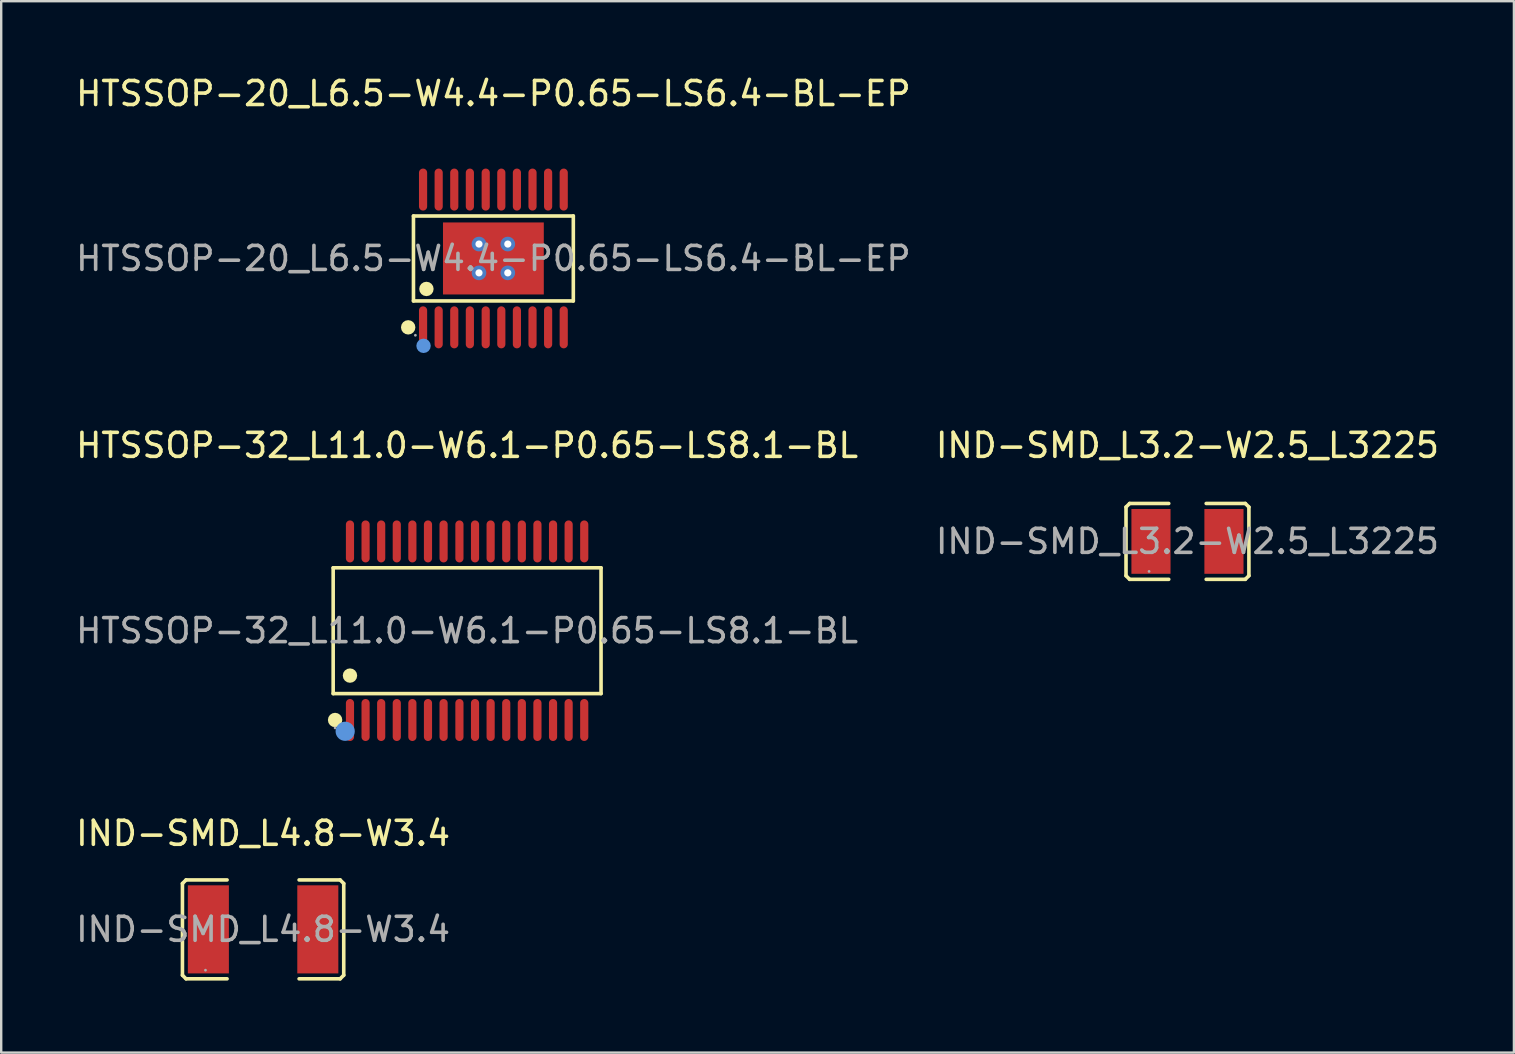
<source format=kicad_pcb>
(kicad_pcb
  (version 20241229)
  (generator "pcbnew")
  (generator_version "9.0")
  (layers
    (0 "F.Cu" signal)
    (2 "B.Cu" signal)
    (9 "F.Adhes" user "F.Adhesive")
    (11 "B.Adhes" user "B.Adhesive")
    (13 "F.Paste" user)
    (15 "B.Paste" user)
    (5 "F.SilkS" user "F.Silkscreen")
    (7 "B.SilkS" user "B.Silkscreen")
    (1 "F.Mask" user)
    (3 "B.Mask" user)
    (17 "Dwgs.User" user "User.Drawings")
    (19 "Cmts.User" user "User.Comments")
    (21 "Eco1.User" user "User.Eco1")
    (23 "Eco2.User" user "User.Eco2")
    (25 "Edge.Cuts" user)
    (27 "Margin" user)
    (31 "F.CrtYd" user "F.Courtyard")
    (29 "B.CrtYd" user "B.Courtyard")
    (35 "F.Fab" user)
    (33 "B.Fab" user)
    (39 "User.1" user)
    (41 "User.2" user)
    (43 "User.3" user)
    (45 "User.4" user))
  (footprint "IND-SMD_L3.2-W2.5_L3225"
    (layer "F.Cu")
    (at 46.423 19.506)
    (property "Reference" "IND-SMD_L3.2-W2.5_L3225" (at 0 -4 0) (layer "F.SilkS") (effects (font (size 1 1) (thickness 0.15))))
    (attr smd)
    (fp_line (start -2.56 -1.43) (end -2.56 1.43) (stroke (width 0.15) (type solid)) (layer "F.SilkS"))
    (fp_line (start -2.56 1.43) (end -2.41 1.58) (stroke (width 0.15) (type solid)) (layer "F.SilkS"))
    (fp_line (start -2.41 -1.58) (end -2.56 -1.43) (stroke (width 0.15) (type solid)) (layer "F.SilkS"))
    (fp_line (start -2.41 1.58) (end -0.78 1.58) (stroke (width 0.15) (type solid)) (layer "F.SilkS"))
    (fp_line (start -0.78 -1.58) (end -2.41 -1.58) (stroke (width 0.15) (type solid)) (layer "F.SilkS"))
    (fp_line (start 0.78 -1.58) (end 2.41 -1.58) (stroke (width 0.15) (type solid)) (layer "F.SilkS"))
    (fp_line (start 2.41 -1.58) (end 2.56 -1.43) (stroke (width 0.15) (type solid)) (layer "F.SilkS"))
    (fp_line (start 2.41 1.58) (end 0.78 1.58) (stroke (width 0.15) (type solid)) (layer "F.SilkS"))
    (fp_line (start 2.56 -1.43) (end 2.56 1.43) (stroke (width 0.15) (type solid)) (layer "F.SilkS"))
    (fp_line (start 2.56 1.43) (end 2.41 1.58) (stroke (width 0.15) (type solid)) (layer "F.SilkS"))
    (fp_circle (center -1.6 1.25) (end -1.57 1.25) (stroke (width 0.06) (type solid)) (fill no) (layer "F.Fab"))
    (fp_text user "${REFERENCE}" (at 0 0 0) (layer "F.Fab") (effects (font (size 1 1) (thickness 0.15))))
    (pad "1" smd rect (at -1.52 0) (size 1.63 2.7) (layers "F.Cu" "F.Mask" "F.Paste"))
    (pad "2" smd rect (at 1.52 0) (size 1.63 2.7) (layers "F.Cu" "F.Mask" "F.Paste")))
  (footprint "HTSSOP-32_L11.0-W6.1-P0.65-LS8.1-BL"
    (layer "F.Cu")
    (at 16.411 23.227)
    (property "Reference" "HTSSOP-32_L11.0-W6.1-P0.65-LS8.1-BL" (at 0 -7.72 0) (layer "F.SilkS") (effects (font (size 1 1) (thickness 0.15))))
    (attr smd)
    (fp_line (start -5.58 -2.62) (end 5.58 -2.62) (stroke (width 0.15) (type solid)) (layer "F.SilkS"))
    (fp_line (start -5.58 2.62) (end -5.58 -2.62) (stroke (width 0.15) (type solid)) (layer "F.SilkS"))
    (fp_line (start 5.58 -2.62) (end 5.58 2.62) (stroke (width 0.15) (type solid)) (layer "F.SilkS"))
    (fp_line (start 5.58 2.62) (end -5.58 2.62) (stroke (width 0.15) (type solid)) (layer "F.SilkS"))
    (fp_circle (center -5.5 3.72) (end -5.35 3.72) (stroke (width 0.3) (type solid)) (fill no) (layer "F.SilkS"))
    (fp_circle (center -4.88 1.87) (end -4.73 1.87) (stroke (width 0.3) (type solid)) (fill no) (layer "F.SilkS"))
    (fp_circle (center -5.08 4.19) (end -4.88 4.19) (stroke (width 0.4) (type solid)) (fill no) (layer "Cmts.User"))
    (fp_circle (center -5.5 4.05) (end -5.47 4.05) (stroke (width 0.06) (type solid)) (fill no) (layer "F.Fab"))
    (fp_text user "${REFERENCE}" (at 0 0 0) (layer "F.Fab") (effects (font (size 1 1) (thickness 0.15))))
    (pad "1" smd oval (at -4.88 3.72) (size 0.34 1.75) (layers "F.Cu" "F.Mask" "F.Paste"))
    (pad "2" smd oval (at -4.23 3.72) (size 0.34 1.75) (layers "F.Cu" "F.Mask" "F.Paste"))
    (pad "3" smd oval (at -3.58 3.72) (size 0.34 1.75) (layers "F.Cu" "F.Mask" "F.Paste"))
    (pad "4" smd oval (at -2.93 3.72) (size 0.34 1.75) (layers "F.Cu" "F.Mask" "F.Paste"))
    (pad "5" smd oval (at -2.28 3.72) (size 0.34 1.75) (layers "F.Cu" "F.Mask" "F.Paste"))
    (pad "6" smd oval (at -1.63 3.72) (size 0.34 1.75) (layers "F.Cu" "F.Mask" "F.Paste"))
    (pad "7" smd oval (at -0.98 3.72) (size 0.34 1.75) (layers "F.Cu" "F.Mask" "F.Paste"))
    (pad "8" smd oval (at -0.32 3.72) (size 0.34 1.75) (layers "F.Cu" "F.Mask" "F.Paste"))
    (pad "9" smd oval (at 0.33 3.72) (size 0.34 1.75) (layers "F.Cu" "F.Mask" "F.Paste"))
    (pad "10" smd oval (at 0.98 3.72) (size 0.34 1.75) (layers "F.Cu" "F.Mask" "F.Paste"))
    (pad "11" smd oval (at 1.63 3.72) (size 0.34 1.75) (layers "F.Cu" "F.Mask" "F.Paste"))
    (pad "12" smd oval (at 2.28 3.72) (size 0.34 1.75) (layers "F.Cu" "F.Mask" "F.Paste"))
    (pad "13" smd oval (at 2.93 3.72) (size 0.34 1.75) (layers "F.Cu" "F.Mask" "F.Paste"))
    (pad "14" smd oval (at 3.58 3.72) (size 0.34 1.75) (layers "F.Cu" "F.Mask" "F.Paste"))
    (pad "15" smd oval (at 4.23 3.72) (size 0.34 1.75) (layers "F.Cu" "F.Mask" "F.Paste"))
    (pad "16" smd oval (at 4.88 3.72) (size 0.34 1.75) (layers "F.Cu" "F.Mask" "F.Paste"))
    (pad "17" smd oval (at 4.88 -3.72) (size 0.34 1.75) (layers "F.Cu" "F.Mask" "F.Paste"))
    (pad "18" smd oval (at 4.23 -3.72) (size 0.34 1.75) (layers "F.Cu" "F.Mask" "F.Paste"))
    (pad "19" smd oval (at 3.58 -3.72) (size 0.34 1.75) (layers "F.Cu" "F.Mask" "F.Paste"))
    (pad "20" smd oval (at 2.93 -3.72) (size 0.34 1.75) (layers "F.Cu" "F.Mask" "F.Paste"))
    (pad "21" smd oval (at 2.28 -3.72) (size 0.34 1.75) (layers "F.Cu" "F.Mask" "F.Paste"))
    (pad "22" smd oval (at 1.63 -3.72) (size 0.34 1.75) (layers "F.Cu" "F.Mask" "F.Paste"))
    (pad "23" smd oval (at 0.98 -3.72) (size 0.34 1.75) (layers "F.Cu" "F.Mask" "F.Paste"))
    (pad "24" smd oval (at 0.33 -3.72) (size 0.34 1.75) (layers "F.Cu" "F.Mask" "F.Paste"))
    (pad "25" smd oval (at -0.32 -3.72) (size 0.34 1.75) (layers "F.Cu" "F.Mask" "F.Paste"))
    (pad "26" smd oval (at -0.98 -3.72) (size 0.34 1.75) (layers "F.Cu" "F.Mask" "F.Paste"))
    (pad "27" smd oval (at -1.63 -3.72) (size 0.34 1.75) (layers "F.Cu" "F.Mask" "F.Paste"))
    (pad "28" smd oval (at -2.28 -3.72) (size 0.34 1.75) (layers "F.Cu" "F.Mask" "F.Paste"))
    (pad "29" smd oval (at -2.93 -3.72) (size 0.34 1.75) (layers "F.Cu" "F.Mask" "F.Paste"))
    (pad "30" smd oval (at -3.58 -3.72) (size 0.34 1.75) (layers "F.Cu" "F.Mask" "F.Paste"))
    (pad "31" smd oval (at -4.23 -3.72) (size 0.34 1.75) (layers "F.Cu" "F.Mask" "F.Paste"))
    (pad "32" smd oval (at -4.88 -3.72) (size 0.34 1.75) (layers "F.Cu" "F.Mask" "F.Paste")))
  (footprint "IND-SMD_L4.8-W3.4"
    (layer "F.Cu")
    (at 7.911 35.67)
    (property "Reference" "IND-SMD_L4.8-W3.4" (at 0 -4 0) (layer "F.SilkS") (effects (font (size 1 1) (thickness 0.15))))
    (attr smd)
    (fp_line (start -3.36 -1.91) (end -3.36 1.91) (stroke (width 0.15) (type solid)) (layer "F.SilkS"))
    (fp_line (start -3.36 1.91) (end -3.21 2.06) (stroke (width 0.15) (type solid)) (layer "F.SilkS"))
    (fp_line (start -3.21 -2.06) (end -3.36 -1.91) (stroke (width 0.15) (type solid)) (layer "F.SilkS"))
    (fp_line (start -3.21 2.06) (end -1.5 2.06) (stroke (width 0.15) (type solid)) (layer "F.SilkS"))
    (fp_line (start -1.5 -2.06) (end -3.21 -2.06) (stroke (width 0.15) (type solid)) (layer "F.SilkS"))
    (fp_line (start 1.5 -2.06) (end 3.21 -2.06) (stroke (width 0.15) (type solid)) (layer "F.SilkS"))
    (fp_line (start 3.21 -2.06) (end 3.36 -1.91) (stroke (width 0.15) (type solid)) (layer "F.SilkS"))
    (fp_line (start 3.21 2.06) (end 1.5 2.06) (stroke (width 0.15) (type solid)) (layer "F.SilkS"))
    (fp_line (start 3.36 -1.91) (end 3.36 1.91) (stroke (width 0.15) (type solid)) (layer "F.SilkS"))
    (fp_line (start 3.36 1.91) (end 3.21 2.06) (stroke (width 0.15) (type solid)) (layer "F.SilkS"))
    (fp_circle (center -2.4 1.7) (end -2.37 1.7) (stroke (width 0.06) (type solid)) (fill no) (layer "F.Fab"))
    (fp_text user "${REFERENCE}" (at 0 0 0) (layer "F.Fab") (effects (font (size 1 1) (thickness 0.15))))
    (pad "1" smd rect (at -2.28 0) (size 1.71 3.67) (layers "F.Cu" "F.Mask" "F.Paste"))
    (pad "2" smd rect (at 2.28 0) (size 1.71 3.67) (layers "F.Cu" "F.Mask" "F.Paste")))
  (footprint "HTSSOP-20_L6.5-W4.4-P0.65-LS6.4-BL-EP"
    (layer "F.Cu")
    (at 17.506 7.718)
    (property "Reference" "HTSSOP-20_L6.5-W4.4-P0.65-LS6.4-BL-EP" (at 0 -6.87 0) (layer "F.SilkS") (effects (font (size 1 1) (thickness 0.15))))
    (attr smd)
    (fp_line (start -3.33 -1.77) (end 3.33 -1.77) (stroke (width 0.15) (type solid)) (layer "F.SilkS"))
    (fp_line (start -3.33 1.77) (end -3.33 -1.77) (stroke (width 0.15) (type solid)) (layer "F.SilkS"))
    (fp_line (start 3.33 -1.77) (end 3.33 1.77) (stroke (width 0.15) (type solid)) (layer "F.SilkS"))
    (fp_line (start 3.33 1.77) (end -3.33 1.77) (stroke (width 0.15) (type solid)) (layer "F.SilkS"))
    (fp_circle (center -3.55 2.87) (end -3.4 2.87) (stroke (width 0.3) (type solid)) (fill no) (layer "F.SilkS"))
    (fp_circle (center -2.79 1.27) (end -2.64 1.27) (stroke (width 0.3) (type solid)) (fill no) (layer "F.SilkS"))
    (fp_circle (center -2.91 3.64) (end -2.76 3.64) (stroke (width 0.3) (type solid)) (fill no) (layer "Cmts.User"))
    (fp_circle (center -3.25 3.2) (end -3.22 3.2) (stroke (width 0.06) (type solid)) (fill no) (layer "F.Fab"))
    (fp_text user "${REFERENCE}" (at 0 0 0) (layer "F.Fab") (effects (font (size 1 1) (thickness 0.15))))
    (pad "" thru_hole circle (at -0.6 -0.6) (size 0.61 0.61) (drill 0.3) (layers "*.Cu" "*.Paste" "*.Mask"))
    (pad "" thru_hole circle (at -0.6 0.6) (size 0.61 0.61) (drill 0.3) (layers "*.Cu" "*.Paste" "*.Mask"))
    (pad "" thru_hole circle (at 0.6 -0.6) (size 0.61 0.61) (drill 0.3) (layers "*.Cu" "*.Paste" "*.Mask"))
    (pad "" thru_hole circle (at 0.6 0.6) (size 0.61 0.61) (drill 0.3) (layers "*.Cu" "*.Paste" "*.Mask"))
    (pad "1" smd oval (at -2.93 2.87) (size 0.34 1.75) (layers "F.Cu" "F.Mask" "F.Paste"))
    (pad "2" smd oval (at -2.28 2.87) (size 0.34 1.75) (layers "F.Cu" "F.Mask" "F.Paste"))
    (pad "3" smd oval (at -1.63 2.87) (size 0.34 1.75) (layers "F.Cu" "F.Mask" "F.Paste"))
    (pad "4" smd oval (at -0.98 2.87) (size 0.34 1.75) (layers "F.Cu" "F.Mask" "F.Paste"))
    (pad "5" smd oval (at -0.32 2.87) (size 0.34 1.75) (layers "F.Cu" "F.Mask" "F.Paste"))
    (pad "6" smd oval (at 0.33 2.87) (size 0.34 1.75) (layers "F.Cu" "F.Mask" "F.Paste"))
    (pad "7" smd oval (at 0.98 2.87) (size 0.34 1.75) (layers "F.Cu" "F.Mask" "F.Paste"))
    (pad "8" smd oval (at 1.63 2.87) (size 0.34 1.75) (layers "F.Cu" "F.Mask" "F.Paste"))
    (pad "9" smd oval (at 2.28 2.87) (size 0.34 1.75) (layers "F.Cu" "F.Mask" "F.Paste"))
    (pad "10" smd oval (at 2.93 2.87) (size 0.34 1.75) (layers "F.Cu" "F.Mask" "F.Paste"))
    (pad "11" smd oval (at 2.93 -2.87) (size 0.34 1.75) (layers "F.Cu" "F.Mask" "F.Paste"))
    (pad "12" smd oval (at 2.28 -2.87) (size 0.34 1.75) (layers "F.Cu" "F.Mask" "F.Paste"))
    (pad "13" smd oval (at 1.63 -2.87) (size 0.34 1.75) (layers "F.Cu" "F.Mask" "F.Paste"))
    (pad "14" smd oval (at 0.98 -2.87) (size 0.34 1.75) (layers "F.Cu" "F.Mask" "F.Paste"))
    (pad "15" smd oval (at 0.33 -2.87) (size 0.34 1.75) (layers "F.Cu" "F.Mask" "F.Paste"))
    (pad "16" smd oval (at -0.32 -2.87) (size 0.34 1.75) (layers "F.Cu" "F.Mask" "F.Paste"))
    (pad "17" smd oval (at -0.98 -2.87) (size 0.34 1.75) (layers "F.Cu" "F.Mask" "F.Paste"))
    (pad "18" smd oval (at -1.63 -2.87) (size 0.34 1.75) (layers "F.Cu" "F.Mask" "F.Paste"))
    (pad "19" smd oval (at -2.28 -2.87) (size 0.34 1.75) (layers "F.Cu" "F.Mask" "F.Paste"))
    (pad "20" smd oval (at -2.93 -2.87) (size 0.34 1.75) (layers "F.Cu" "F.Mask" "F.Paste"))
    (pad "21" smd rect (at 0 0) (size 4.2 3) (layers "F.Cu" "F.Mask" "F.Paste")))
  (gr_rect
    (start -3 -3)
    (end 60.024 40.805)
    (stroke (width 0.1) (type default))
    (fill no)
    (layer "Edge.Cuts")))
</source>
